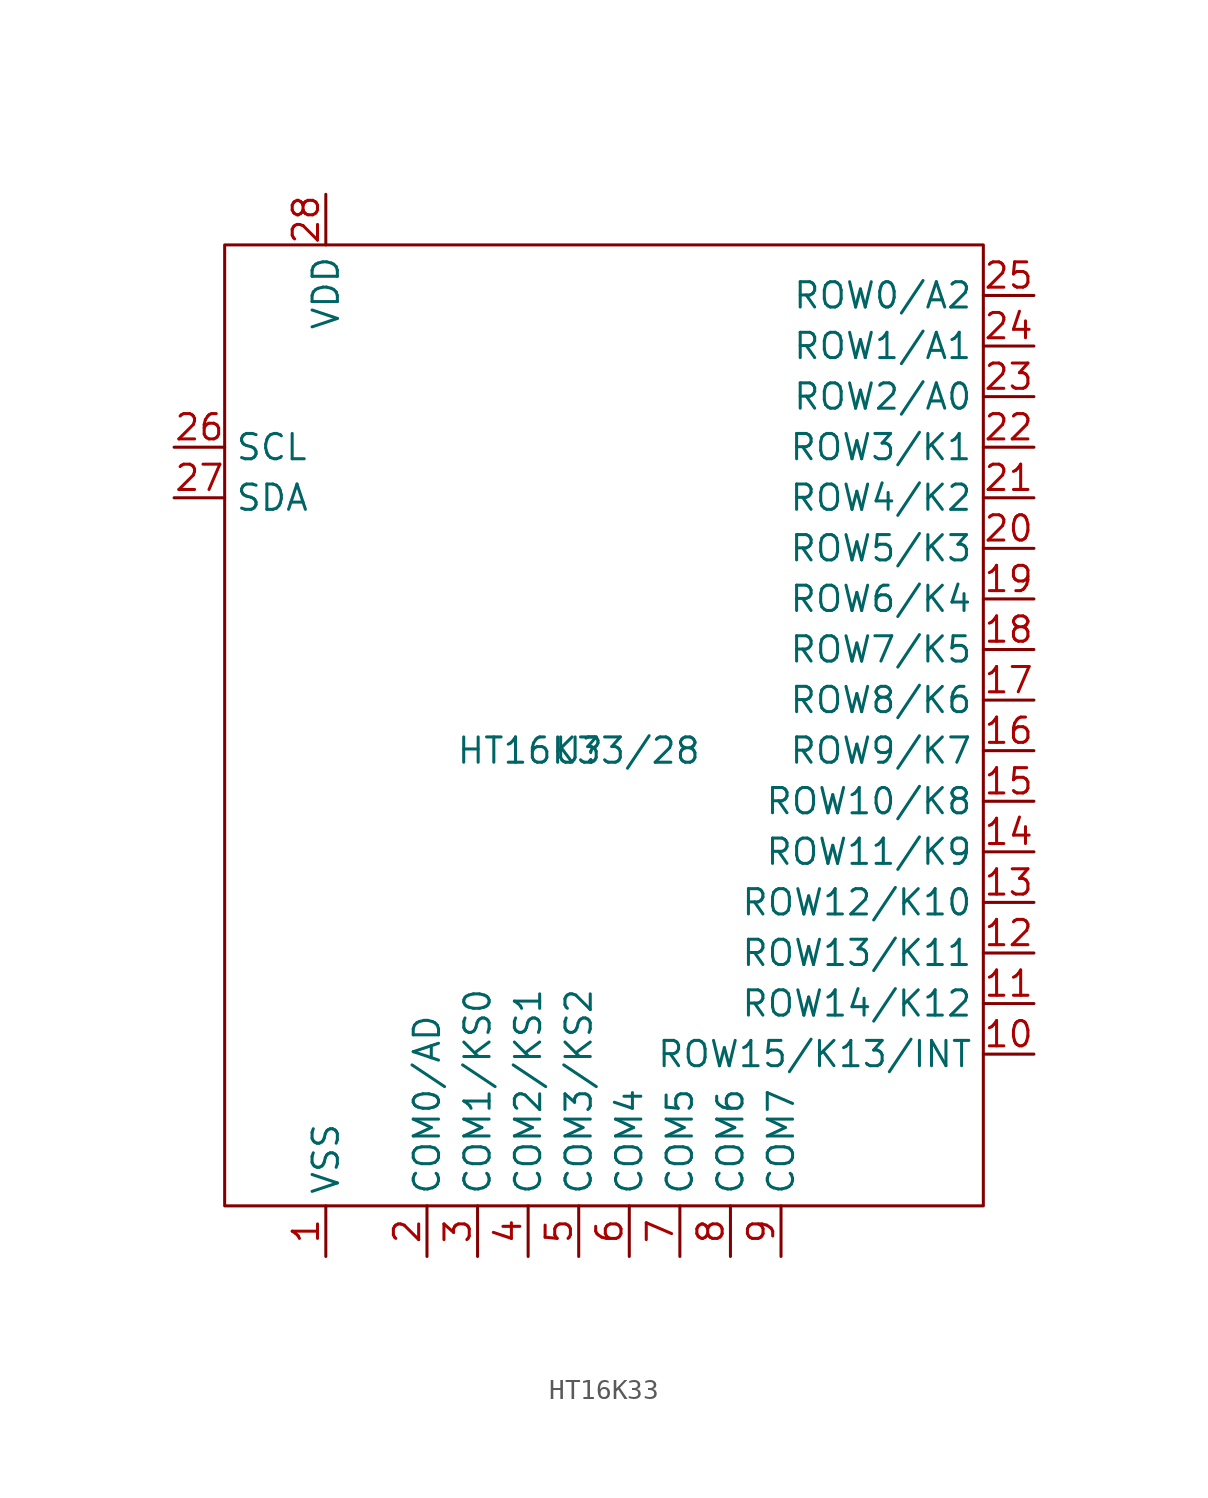
<source format=kicad_sym>
(kicad_symbol_lib
  (version 20220914)
  (generator kicad_symbol_editor)
  (symbol "HT16K33"
    (property "Reference" "U"
      (at 0 0 0)
      (effects (font (size 1.27 1.27))))
    (property "Value" "HT16K33/28"
      (at 0 0 0)
      (effects (font (size 1.27 1.27))))
    (symbol "HT16K33_0_1"
      (rectangle (start -17.78 25.4) (end 20.32 -22.86) (stroke (width 0) (type default)) (fill (type none))))
    (symbol "HT16K33_1_1"
      (pin power_in line (at -12.7 -25.4 90) (length 2.54) (name "VSS" (effects (font (size 1.27 1.27)))) (number "1" (effects (font (size 1.27 1.27)))))
      (pin bidirectional line (at 22.86 -15.24 180) (length 2.54) (name "ROW15/K13/INT" (effects (font (size 1.27 1.27)))) (number "10" (effects (font (size 1.27 1.27)))))
      (pin bidirectional line (at 22.86 -12.7 180) (length 2.54) (name "ROW14/K12" (effects (font (size 1.27 1.27)))) (number "11" (effects (font (size 1.27 1.27)))))
      (pin bidirectional line (at 22.86 -10.16 180) (length 2.54) (name "ROW13/K11" (effects (font (size 1.27 1.27)))) (number "12" (effects (font (size 1.27 1.27)))))
      (pin bidirectional line (at 22.86 -7.62 180) (length 2.54) (name "ROW12/K10" (effects (font (size 1.27 1.27)))) (number "13" (effects (font (size 1.27 1.27)))))
      (pin bidirectional line (at 22.86 -5.08 180) (length 2.54) (name "ROW11/K9" (effects (font (size 1.27 1.27)))) (number "14" (effects (font (size 1.27 1.27)))))
      (pin bidirectional line (at 22.86 -2.54 180) (length 2.54) (name "ROW10/K8" (effects (font (size 1.27 1.27)))) (number "15" (effects (font (size 1.27 1.27)))))
      (pin bidirectional line (at 22.86 0 180) (length 2.54) (name "ROW9/K7" (effects (font (size 1.27 1.27)))) (number "16" (effects (font (size 1.27 1.27)))))
      (pin bidirectional line (at 22.86 2.54 180) (length 2.54) (name "ROW8/K6" (effects (font (size 1.27 1.27)))) (number "17" (effects (font (size 1.27 1.27)))))
      (pin bidirectional line (at 22.86 5.08 180) (length 2.54) (name "ROW7/K5" (effects (font (size 1.27 1.27)))) (number "18" (effects (font (size 1.27 1.27)))))
      (pin bidirectional line (at 22.86 7.62 180) (length 2.54) (name "ROW6/K4" (effects (font (size 1.27 1.27)))) (number "19" (effects (font (size 1.27 1.27)))))
      (pin bidirectional line (at -7.62 -25.4 90) (length 2.54) (name "COM0/AD" (effects (font (size 1.27 1.27)))) (number "2" (effects (font (size 1.27 1.27)))))
      (pin bidirectional line (at 22.86 10.16 180) (length 2.54) (name "ROW5/K3" (effects (font (size 1.27 1.27)))) (number "20" (effects (font (size 1.27 1.27)))))
      (pin bidirectional line (at 22.86 12.7 180) (length 2.54) (name "ROW4/K2" (effects (font (size 1.27 1.27)))) (number "21" (effects (font (size 1.27 1.27)))))
      (pin bidirectional line (at 22.86 15.24 180) (length 2.54) (name "ROW3/K1" (effects (font (size 1.27 1.27)))) (number "22" (effects (font (size 1.27 1.27)))))
      (pin bidirectional line (at 22.86 17.78 180) (length 2.54) (name "ROW2/A0" (effects (font (size 1.27 1.27)))) (number "23" (effects (font (size 1.27 1.27)))))
      (pin bidirectional line (at 22.86 20.32 180) (length 2.54) (name "ROW1/A1" (effects (font (size 1.27 1.27)))) (number "24" (effects (font (size 1.27 1.27)))))
      (pin bidirectional line (at 22.86 22.86 180) (length 2.54) (name "ROW0/A2" (effects (font (size 1.27 1.27)))) (number "25" (effects (font (size 1.27 1.27)))))
      (pin input line (at -20.32 15.24 0) (length 2.54) (name "SCL" (effects (font (size 1.27 1.27)))) (number "26" (effects (font (size 1.27 1.27)))))
      (pin bidirectional line (at -20.32 12.7 0) (length 2.54) (name "SDA" (effects (font (size 1.27 1.27)))) (number "27" (effects (font (size 1.27 1.27)))))
      (pin power_in line (at -12.7 27.94 270) (length 2.54) (name "VDD" (effects (font (size 1.27 1.27)))) (number "28" (effects (font (size 1.27 1.27)))))
      (pin bidirectional line (at -5.08 -25.4 90) (length 2.54) (name "COM1/KS0" (effects (font (size 1.27 1.27)))) (number "3" (effects (font (size 1.27 1.27)))))
      (pin bidirectional line (at -2.54 -25.4 90) (length 2.54) (name "COM2/KS1" (effects (font (size 1.27 1.27)))) (number "4" (effects (font (size 1.27 1.27)))))
      (pin bidirectional line (at 0 -25.4 90) (length 2.54) (name "COM3/KS2" (effects (font (size 1.27 1.27)))) (number "5" (effects (font (size 1.27 1.27)))))
      (pin bidirectional line (at 2.54 -25.4 90) (length 2.54) (name "COM4" (effects (font (size 1.27 1.27)))) (number "6" (effects (font (size 1.27 1.27)))))
      (pin bidirectional line (at 5.08 -25.4 90) (length 2.54) (name "COM5" (effects (font (size 1.27 1.27)))) (number "7" (effects (font (size 1.27 1.27)))))
      (pin bidirectional line (at 7.62 -25.4 90) (length 2.54) (name "COM6" (effects (font (size 1.27 1.27)))) (number "8" (effects (font (size 1.27 1.27)))))
      (pin bidirectional line (at 10.16 -25.4 90) (length 2.54) (name "COM7" (effects (font (size 1.27 1.27)))) (number "9" (effects (font (size 1.27 1.27))))))))
</source>
